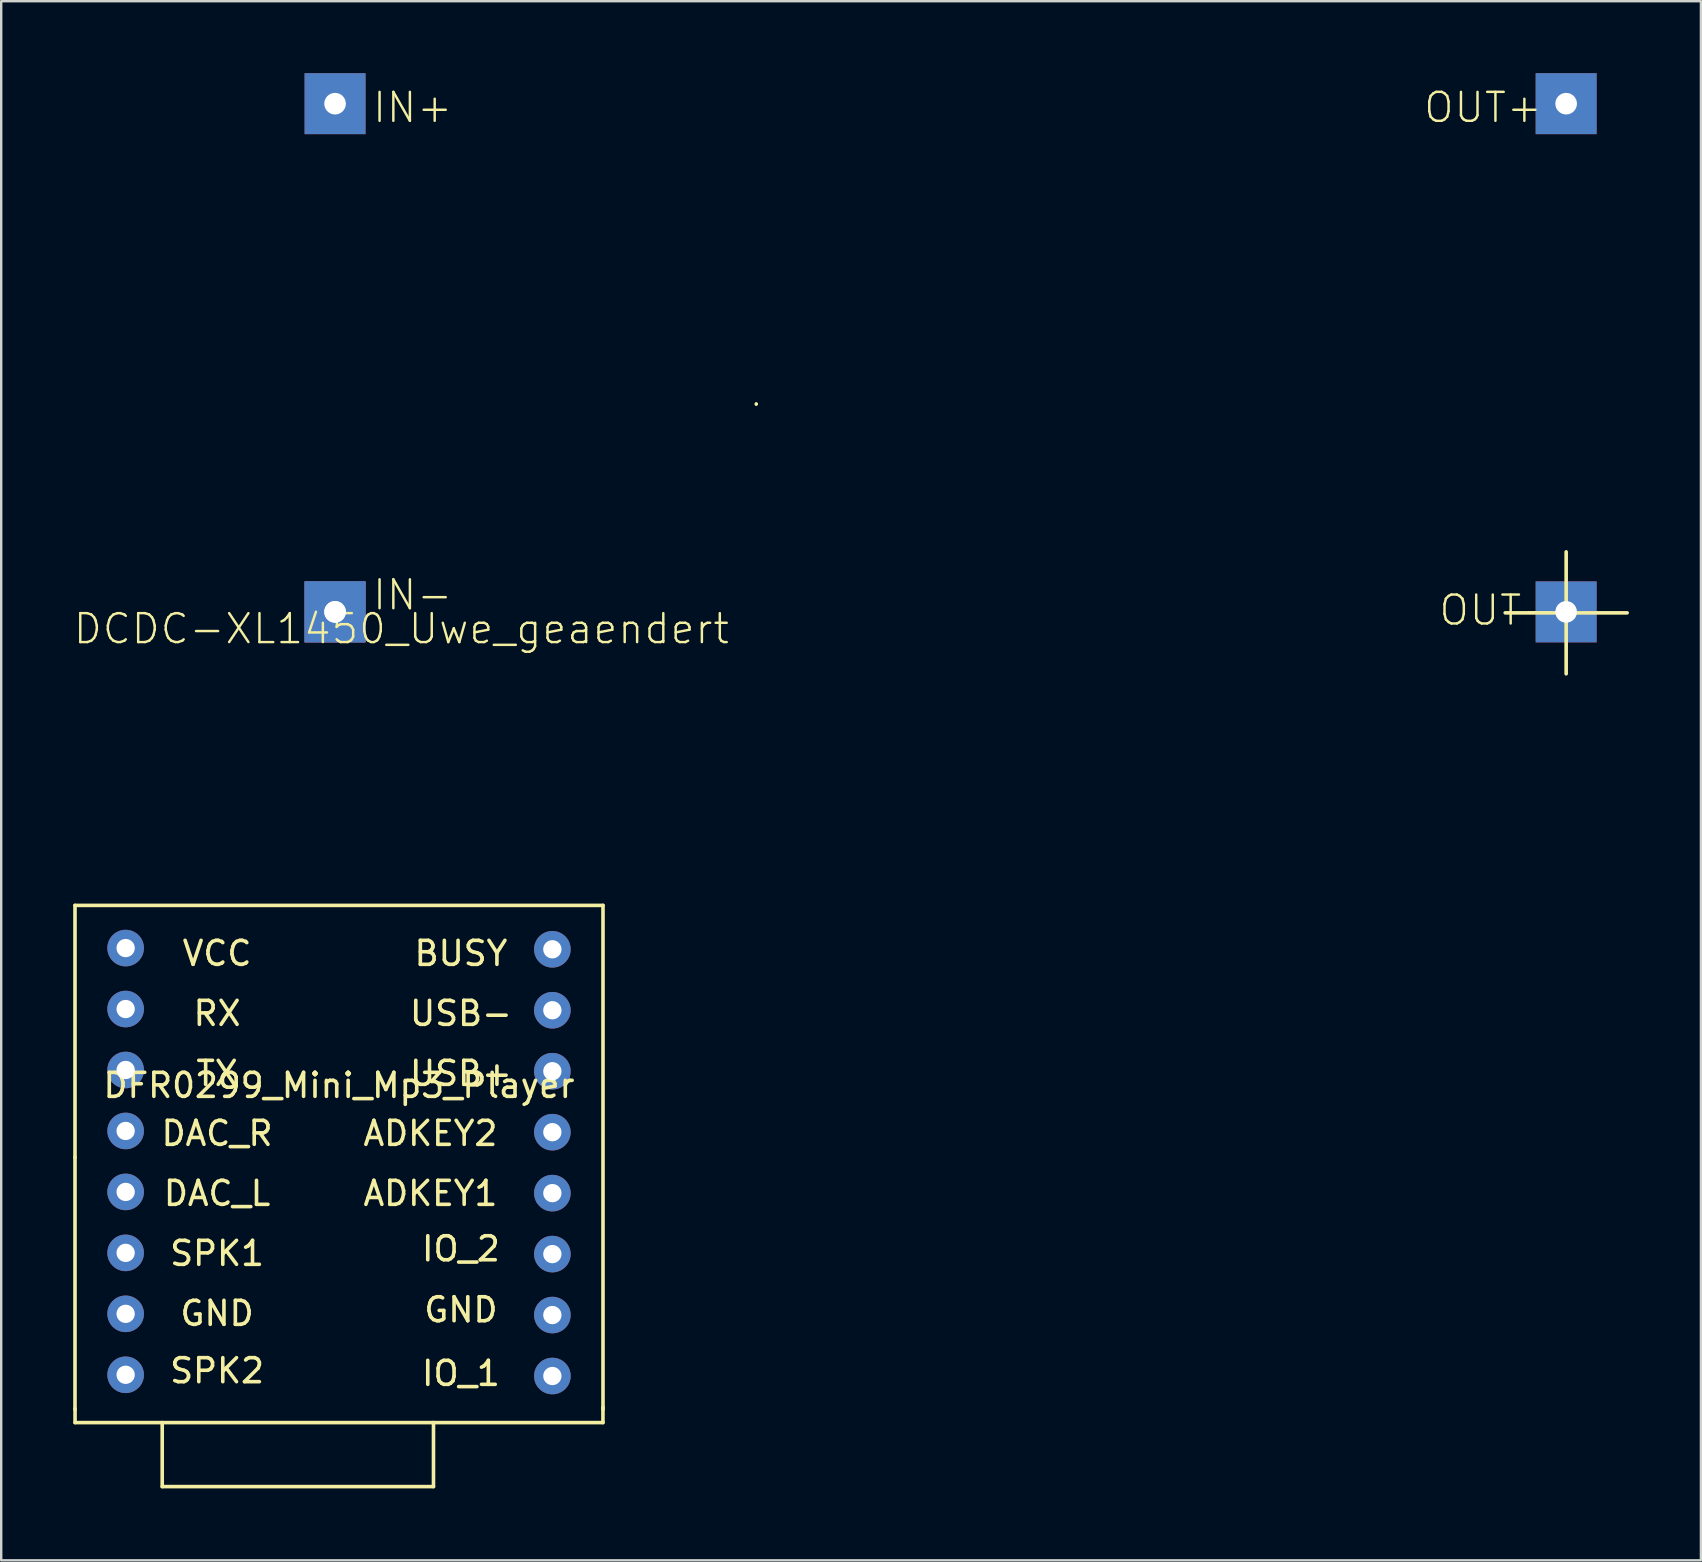
<source format=kicad_pcb>
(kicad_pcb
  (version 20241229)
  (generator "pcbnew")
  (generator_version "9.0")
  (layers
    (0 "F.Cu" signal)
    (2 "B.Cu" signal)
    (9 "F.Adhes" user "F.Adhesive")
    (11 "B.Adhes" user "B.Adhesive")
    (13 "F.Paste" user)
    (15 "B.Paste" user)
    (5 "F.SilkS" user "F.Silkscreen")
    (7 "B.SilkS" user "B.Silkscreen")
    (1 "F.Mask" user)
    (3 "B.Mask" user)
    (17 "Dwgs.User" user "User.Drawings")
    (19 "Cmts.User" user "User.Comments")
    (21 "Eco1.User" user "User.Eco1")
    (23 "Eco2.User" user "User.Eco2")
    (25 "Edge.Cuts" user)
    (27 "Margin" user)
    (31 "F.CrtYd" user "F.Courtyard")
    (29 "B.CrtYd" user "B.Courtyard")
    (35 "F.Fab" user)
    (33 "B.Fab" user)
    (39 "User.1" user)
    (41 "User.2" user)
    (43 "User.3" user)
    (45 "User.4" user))
  (footprint "DCDC-XL1450_Uwe_geaendert"
    (layer "F.Cu")
    (at 62.207 22.485)
    (property "Reference" "DCDC-XL1450_Uwe_geaendert" (at -34.796 -0.04 0) (layer "F.SilkS") (effects (font (size 1.206 1.206) (thickness 0.102)) (justify right top)))
    (attr through_hole)
    (fp_line (start -33.746 -8.7) (end -33.746 -8.7) (stroke (width 0.127) (type solid)) (layer "F.SilkS"))
    (fp_line (start -33.746 -8.7) (end -33.746 -8.7) (stroke (width 0.127) (type solid)) (layer "F.SilkS"))
    (fp_line (start -33.746 -8.7) (end -33.746 -8.7) (stroke (width 0.127) (type solid)) (layer "F.SilkS"))
    (fp_line (start -33.746 -8.7) (end -33.746 -8.7) (stroke (width 0.127) (type solid)) (layer "F.SilkS"))
    (fp_line (start -2.54 0) (end 2.54 0) (stroke (width 0.15) (type solid)) (layer "F.SilkS"))
    (fp_line (start 0 -2.54) (end 0 2.54) (stroke (width 0.15) (type solid)) (layer "F.SilkS"))
    (fp_text user "IN+" (at -49.796 -20.349 0) (layer "F.SilkS") (effects (font (size 1.206 1.206) (thickness 0.102)) (justify left bottom)))
    (fp_text user "OUT+" (at -6.001 -20.349 0) (layer "F.SilkS") (effects (font (size 1.206 1.206) (thickness 0.102)) (justify left bottom)))
    (fp_text user "OUT-" (at -5.366 0.596 0) (layer "F.SilkS") (effects (font (size 1.206 1.206) (thickness 0.102)) (justify left bottom)))
    (fp_text user "IN-" (at -49.796 -0.04 0) (layer "F.SilkS") (effects (font (size 1.206 1.206) (thickness 0.102)) (justify left bottom)))
    (pad "I+" thru_hole rect (at -51.296 -21.215) (size 2.54 2.54) (drill 0.9) (layers "*.Cu" "*.Mask"))
    (pad "I-" thru_hole rect (at -51.296 -0.04) (size 2.54 2.54) (drill 0.9) (layers "*.Cu" "*.Mask"))
    (pad "I-" thru_hole rect (at -51.296 -0.04) (size 2.54 2.54) (drill 0.9) (layers "*.Cu" "*.Mask"))
    (pad "O+" thru_hole rect (at -0.001 -21.215) (size 2.54 2.54) (drill 0.9) (layers "*.Cu" "*.Mask"))
    (pad "O-" thru_hole rect (at -0.001 -0.04) (size 2.54 2.54) (drill 0.9) (layers "*.Cu" "*.Mask")))
  (footprint "DFR0299_Mini_Mp3_Player"
    (layer "F.Cu")
    (at 11.075 45.175)
    (property "Reference" "DFR0299_Mini_Mp3_Player" (at 0 -3 0) (layer "F.SilkS") (effects (font (size 1 1) (thickness 0.15))))
    (attr through_hole)
    (fp_line (start -11 -10.5) (end -11 0) (stroke (width 0.15) (type solid)) (layer "F.SilkS"))
    (fp_line (start -11 0) (end -11 10.5) (stroke (width 0.15) (type solid)) (layer "F.SilkS"))
    (fp_line (start -10.998 11.049) (end -10.998 10.477) (stroke (width 0.15) (type solid)) (layer "F.SilkS"))
    (fp_line (start -7.366 11.049) (end -7.366 13.716) (stroke (width 0.15) (type solid)) (layer "F.SilkS"))
    (fp_line (start -7.366 13.716) (end 3.937 13.716) (stroke (width 0.15) (type solid)) (layer "F.SilkS"))
    (fp_line (start 3.937 11.049) (end 3.937 13.716) (stroke (width 0.15) (type solid)) (layer "F.SilkS"))
    (fp_line (start 10.998 11.049) (end -10.998 11.049) (stroke (width 0.15) (type solid)) (layer "F.SilkS"))
    (fp_line (start 10.998 11.049) (end 10.998 10.414) (stroke (width 0.15) (type solid)) (layer "F.SilkS"))
    (fp_line (start 11 -10.5) (end -11 -10.5) (stroke (width 0.15) (type solid)) (layer "F.SilkS"))
    (fp_line (start 11 10.5) (end 11 -10.5) (stroke (width 0.15) (type solid)) (layer "F.SilkS"))
    (fp_line (start -11 -10.5) (end 11 10.5) (stroke (width 0.15) (type solid)) (layer "Eco1.User"))
    (fp_line (start -11 10.5) (end 11 -10.5) (stroke (width 0.15) (type solid)) (layer "Eco1.User"))
    (fp_line (start -11 10.5) (end 11 10.5) (stroke (width 0.15) (type solid)) (layer "Eco1.User"))
    (fp_line (start -9.5 -17) (end -9.5 12) (stroke (width 0.15) (type solid)) (layer "Eco1.User"))
    (fp_line (start 9.5 -17) (end 9.5 12) (stroke (width 0.15) (type solid)) (layer "Eco1.User"))
    (fp_text user "DAC_L" (at -5.08 1.5 0) (layer "F.SilkS") (effects (font (size 1 1) (thickness 0.15))))
    (fp_text user "SPK1" (at -5.08 4 0) (layer "F.SilkS") (effects (font (size 1 1) (thickness 0.15))))
    (fp_text user "ADKEY2" (at 3.81 -1 0) (layer "F.SilkS") (effects (font (size 1 1) (thickness 0.15))))
    (fp_text user "ADKEY1" (at 3.81 1.5 0) (layer "F.SilkS") (effects (font (size 1 1) (thickness 0.15))))
    (fp_text user "DAC_R" (at -5.08 -1 0) (layer "F.SilkS") (effects (font (size 1 1) (thickness 0.15))))
    (fp_text user "IO_1" (at 5.08 9 0) (layer "F.SilkS") (effects (font (size 1 1) (thickness 0.15))))
    (fp_text user "SPK2" (at -5.08 8.89 0) (layer "F.SilkS") (effects (font (size 1 1) (thickness 0.15))))
    (fp_text user "GND" (at -5.08 6.5 0) (layer "F.SilkS") (effects (font (size 1 1) (thickness 0.15))))
    (fp_text user "TX" (at -5.08 -3.5 0) (layer "F.SilkS") (effects (font (size 1 1) (thickness 0.15))))
    (fp_text user "VCC" (at -5.08 -8.5 0) (layer "F.SilkS") (effects (font (size 1 1) (thickness 0.15))))
    (fp_text user "USB-" (at 5.08 -6 0) (layer "F.SilkS") (effects (font (size 1 1) (thickness 0.15))))
    (fp_text user "BUSY" (at 5.08 -8.5 0) (layer "F.SilkS") (effects (font (size 1 1) (thickness 0.15))))
    (fp_text user "USB+" (at 5.08 -3.5 0) (layer "F.SilkS") (effects (font (size 1 1) (thickness 0.15))))
    (fp_text user "RX" (at -5.08 -6 0) (layer "F.SilkS") (effects (font (size 1 1) (thickness 0.15))))
    (fp_text user "GND" (at 5.08 6.35 0) (layer "F.SilkS") (effects (font (size 1 1) (thickness 0.15))))
    (fp_text user "IO_2" (at 5.08 3.81 0) (layer "F.SilkS") (effects (font (size 1 1) (thickness 0.15))))
    (pad "1" thru_hole circle (at -8.89 -8.722) (size 1.524 1.524) (drill 0.762) (layers "*.Cu" "*.Mask"))
    (pad "2" thru_hole circle (at -8.89 -6.182) (size 1.524 1.524) (drill 0.762) (layers "*.Cu" "*.Mask"))
    (pad "3" thru_hole circle (at -8.89 -3.642) (size 1.524 1.524) (drill 0.762) (layers "*.Cu" "*.Mask"))
    (pad "4" thru_hole circle (at -8.89 -1.102) (size 1.524 1.524) (drill 0.762) (layers "*.Cu" "*.Mask"))
    (pad "5" thru_hole circle (at -8.89 1.438) (size 1.524 1.524) (drill 0.762) (layers "*.Cu" "*.Mask"))
    (pad "6" thru_hole circle (at -8.89 3.978) (size 1.524 1.524) (drill 0.762) (layers "*.Cu" "*.Mask"))
    (pad "7" thru_hole circle (at -8.89 6.518) (size 1.524 1.524) (drill 0.762) (layers "*.Cu" "*.Mask"))
    (pad "8" thru_hole circle (at -8.89 9.058) (size 1.524 1.524) (drill 0.762) (layers "*.Cu" "*.Mask"))
    (pad "9" thru_hole circle (at 8.89 -8.671) (size 1.524 1.524) (drill 0.762) (layers "*.Cu" "*.Mask"))
    (pad "10" thru_hole circle (at 8.89 -6.131) (size 1.524 1.524) (drill 0.762) (layers "*.Cu" "*.Mask"))
    (pad "11" thru_hole circle (at 8.89 -3.591) (size 1.524 1.524) (drill 0.762) (layers "*.Cu" "*.Mask"))
    (pad "12" thru_hole circle (at 8.89 -1.051) (size 1.524 1.524) (drill 0.762) (layers "*.Cu" "*.Mask"))
    (pad "13" thru_hole circle (at 8.89 1.489) (size 1.524 1.524) (drill 0.762) (layers "*.Cu" "*.Mask"))
    (pad "14" thru_hole circle (at 8.89 4.029) (size 1.524 1.524) (drill 0.762) (layers "*.Cu" "*.Mask"))
    (pad "15" thru_hole circle (at 8.89 6.569) (size 1.524 1.524) (drill 0.762) (layers "*.Cu" "*.Mask"))
    (pad "16" thru_hole circle (at 8.89 9.109) (size 1.524 1.524) (drill 0.762) (layers "*.Cu" "*.Mask")))
  (gr_rect
    (start -3 -3)
    (end 67.822 61.965)
    (stroke (width 0.1) (type default))
    (fill no)
    (layer "Edge.Cuts")))
</source>
